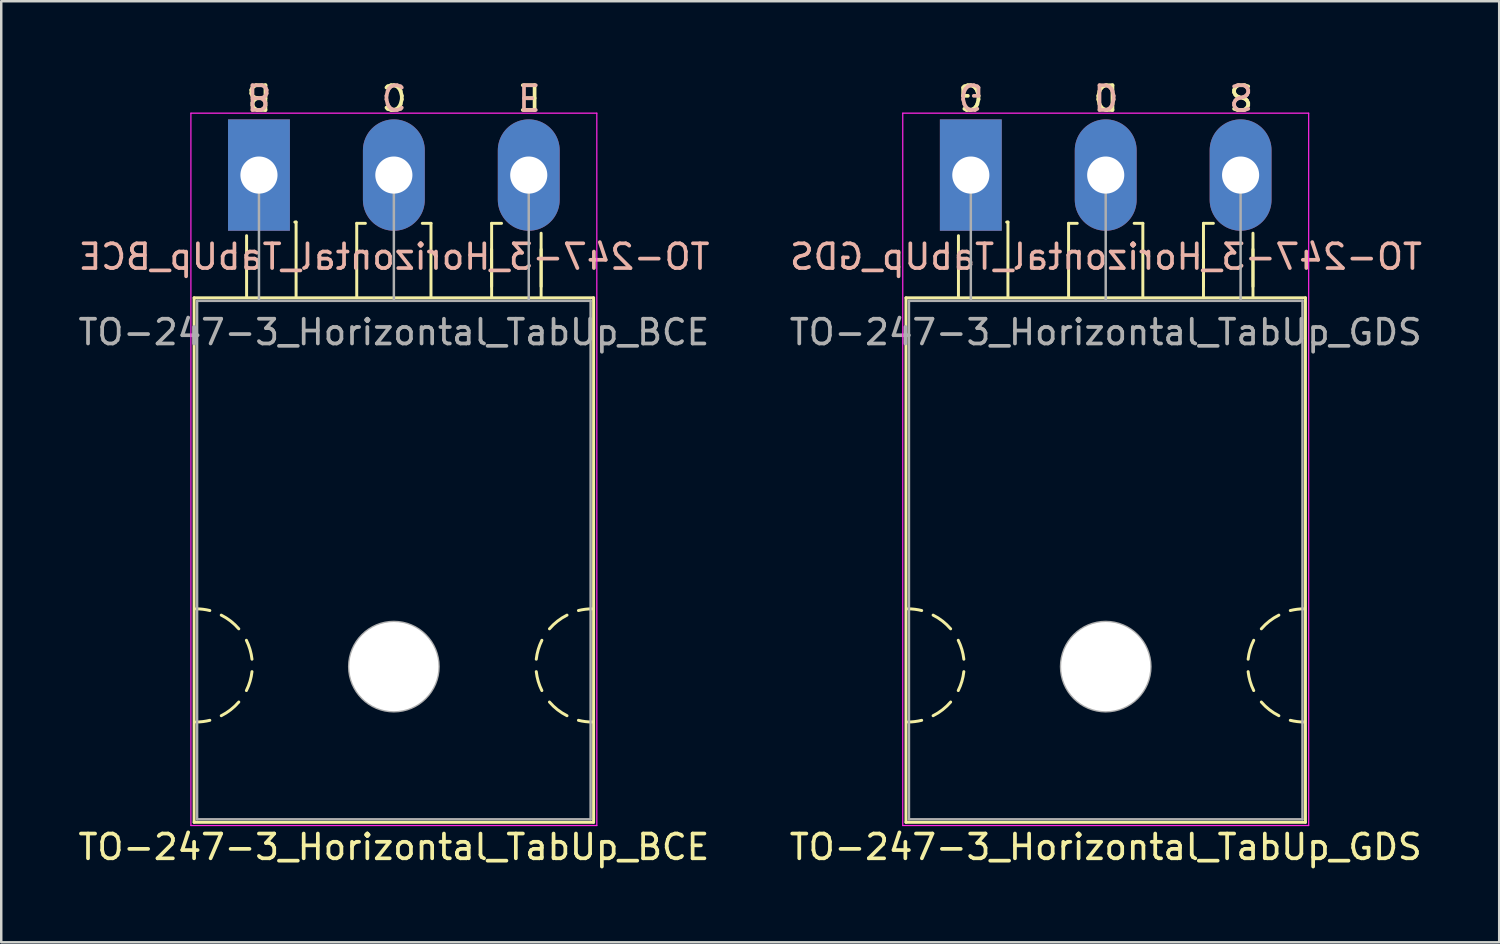
<source format=kicad_pcb>
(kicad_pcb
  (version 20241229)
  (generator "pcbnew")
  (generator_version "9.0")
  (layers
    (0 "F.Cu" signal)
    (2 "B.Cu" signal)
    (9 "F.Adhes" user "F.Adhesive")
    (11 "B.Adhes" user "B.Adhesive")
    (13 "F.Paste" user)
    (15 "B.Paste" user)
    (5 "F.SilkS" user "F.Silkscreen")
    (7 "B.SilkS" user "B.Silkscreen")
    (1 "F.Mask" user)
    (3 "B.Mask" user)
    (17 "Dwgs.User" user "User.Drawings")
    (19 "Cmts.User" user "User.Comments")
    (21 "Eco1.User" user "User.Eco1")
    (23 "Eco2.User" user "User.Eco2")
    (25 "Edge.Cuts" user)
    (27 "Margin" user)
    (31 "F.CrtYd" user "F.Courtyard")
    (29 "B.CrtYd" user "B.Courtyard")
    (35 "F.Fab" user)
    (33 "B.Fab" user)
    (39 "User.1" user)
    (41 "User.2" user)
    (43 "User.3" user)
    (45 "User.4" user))
  (footprint "TO-247-3_Horizontal_TabUp_GDS"
    (layer "F.Cu")
    (at 36.174 4.023)
    (property "Reference" "TO-247-3_Horizontal_TabUp_GDS" (at 5.45 27.15 0) (layer "F.SilkS") (effects (font (size 1 1) (thickness 0.15))))
    (fp_line (start -2.62 4.96) (end -2.62 26.15) (stroke (width 0.12) (type solid)) (layer "F.SilkS"))
    (fp_line (start -2.62 4.96) (end 13.52 4.96) (stroke (width 0.12) (type solid)) (layer "F.SilkS"))
    (fp_line (start -2.62 26.15) (end 13.52 26.15) (stroke (width 0.12) (type solid)) (layer "F.SilkS"))
    (fp_line (start -0.5 4.9) (end -0.5 2.45) (stroke (width 0.12) (type solid)) (layer "F.SilkS"))
    (fp_line (start 1.5 1.9) (end 1.45 1.9) (stroke (width 0.12) (type solid)) (layer "F.SilkS"))
    (fp_line (start 1.5 4.9) (end 1.5 1.9) (stroke (width 0.12) (type solid)) (layer "F.SilkS"))
    (fp_line (start 3.95 1.95) (end 4.3 1.95) (stroke (width 0.12) (type solid)) (layer "F.SilkS"))
    (fp_line (start 3.95 4.95) (end 3.95 1.95) (stroke (width 0.12) (type solid)) (layer "F.SilkS"))
    (fp_line (start 6.95 1.95) (end 6.6 1.95) (stroke (width 0.12) (type solid)) (layer "F.SilkS"))
    (fp_line (start 6.95 4.95) (end 6.95 1.95) (stroke (width 0.12) (type solid)) (layer "F.SilkS"))
    (fp_line (start 9.4 1.95) (end 9.8 1.95) (stroke (width 0.12) (type solid)) (layer "F.SilkS"))
    (fp_line (start 9.4 4.5) (end 9.4 3) (stroke (width 0.12) (type solid)) (layer "F.SilkS"))
    (fp_line (start 9.4 4.95) (end 9.4 1.95) (stroke (width 0.12) (type solid)) (layer "F.SilkS"))
    (fp_line (start 11.4 4.5) (end 11.4 3) (stroke (width 0.12) (type solid)) (layer "F.SilkS"))
    (fp_line (start 11.4 4.95) (end 11.4 2.35) (stroke (width 0.12) (type solid)) (layer "F.SilkS"))
    (fp_line (start 13.52 4.96) (end 13.52 26.15) (stroke (width 0.12) (type solid)) (layer "F.SilkS"))
    (fp_arc (start -2.54 17.526) (mid -2.260689 17.543128) (end -1.985564 17.594254) (stroke (width 0.12) (type solid)) (layer "F.SilkS"))
    (fp_arc (start -1.985564 22.029746) (mid -2.260689 22.080872) (end -2.54 22.098) (stroke (width 0.12) (type solid)) (layer "F.SilkS"))
    (fp_arc (start -1.524001 17.780001) (mid -1.14188 18.02132) (end -0.815088 18.333504) (stroke (width 0.12) (type solid)) (layer "F.SilkS"))
    (fp_arc (start -0.815087 21.290497) (mid -1.141879 21.60268) (end -1.524 21.844) (stroke (width 0.12) (type solid)) (layer "F.SilkS"))
    (fp_arc (start -0.508001 18.796001) (mid -0.361178 19.168563) (end -0.282051 19.561117) (stroke (width 0.12) (type solid)) (layer "F.SilkS"))
    (fp_arc (start -0.282051 20.062883) (mid -0.361178 20.455437) (end -0.508001 20.827999) (stroke (width 0.12) (type solid)) (layer "F.SilkS"))
    (fp_arc (start 11.204051 19.561117) (mid 11.283178 19.168563) (end 11.430001 18.796001) (stroke (width 0.12) (type solid)) (layer "F.SilkS"))
    (fp_arc (start 11.430001 20.827999) (mid 11.283178 20.455437) (end 11.204051 20.062883) (stroke (width 0.12) (type solid)) (layer "F.SilkS"))
    (fp_arc (start 11.737087 18.333503) (mid 12.063879 18.02132) (end 12.446 17.78) (stroke (width 0.12) (type solid)) (layer "F.SilkS"))
    (fp_arc (start 12.446001 21.843999) (mid 12.06388 21.60268) (end 11.737088 21.290496) (stroke (width 0.12) (type solid)) (layer "F.SilkS"))
    (fp_arc (start 12.907564 17.594254) (mid 13.182689 17.543128) (end 13.462 17.526) (stroke (width 0.12) (type solid)) (layer "F.SilkS"))
    (fp_arc (start 13.462 22.098) (mid 13.182689 22.080872) (end 12.907564 22.029746) (stroke (width 0.12) (type solid)) (layer "F.SilkS"))
    (fp_line (start -2.75 -2.5) (end -2.75 26.28) (stroke (width 0.05) (type solid)) (layer "F.CrtYd"))
    (fp_line (start -2.75 26.28) (end 13.65 26.28) (stroke (width 0.05) (type solid)) (layer "F.CrtYd"))
    (fp_line (start 13.65 -2.5) (end -2.75 -2.5) (stroke (width 0.05) (type solid)) (layer "F.CrtYd"))
    (fp_line (start 13.65 26.28) (end 13.65 -2.5) (stroke (width 0.05) (type solid)) (layer "F.CrtYd"))
    (fp_line (start -2.5 5.08) (end -2.5 26.03) (stroke (width 0.1) (type solid)) (layer "F.Fab"))
    (fp_line (start -2.5 26.03) (end 13.4 26.03) (stroke (width 0.1) (type solid)) (layer "F.Fab"))
    (fp_line (start 0 5.08) (end 0 0) (stroke (width 0.1) (type solid)) (layer "F.Fab"))
    (fp_line (start 5.45 5.08) (end 5.45 0) (stroke (width 0.1) (type solid)) (layer "F.Fab"))
    (fp_line (start 10.9 5.08) (end 10.9 0) (stroke (width 0.1) (type solid)) (layer "F.Fab"))
    (fp_line (start 13.4 5.08) (end -2.5 5.08) (stroke (width 0.1) (type solid)) (layer "F.Fab"))
    (fp_line (start 13.4 26.03) (end 13.4 5.08) (stroke (width 0.1) (type solid)) (layer "F.Fab"))
    (fp_circle (center 5.45 19.86) (end 7.255 19.86) (stroke (width 0.1) (type solid)) (fill no) (layer "F.Fab"))
    (fp_text user "G" (at 0 -3.175 180) (unlocked yes) (layer "F.SilkS") (effects (font (size 1 1) (thickness 0.15))))
    (fp_text user "S" (at 10.922 -3.175 180) (unlocked yes) (layer "F.SilkS") (effects (font (size 1 1) (thickness 0.15))))
    (fp_text user "D" (at 5.461 -3.175 180) (unlocked yes) (layer "F.SilkS") (effects (font (size 1 1) (thickness 0.15))))
    (fp_text user "S" (at 10.922 -3.175 180) (unlocked yes) (layer "B.SilkS") (effects (font (size 1 1) (thickness 0.15)) (justify mirror)))
    (fp_text user "D" (at 5.461 -3.175 180) (unlocked yes) (layer "B.SilkS") (effects (font (size 1 1) (thickness 0.15)) (justify mirror)))
    (fp_text user "G" (at 0 -3.175 180) (unlocked yes) (layer "B.SilkS") (effects (font (size 1 1) (thickness 0.15)) (justify mirror)))
    (fp_text user "${REFERENCE}" (at 5.461 3.302 0) (layer "B.SilkS") (effects (font (size 1 1) (thickness 0.15)) (justify mirror)))
    (fp_text user "${REFERENCE}" (at 5.45 6.35 0) (layer "F.Fab") (effects (font (size 1 1) (thickness 0.15))))
    (pad "" np_thru_hole oval (at 5.45 19.86) (size 3.6 3.6) (drill 3.6) (layers "*.Cu" "*.Mask"))
    (pad "1" thru_hole rect (at 0 0) (size 2.5 4.5) (drill 1.5) (layers "*.Cu" "*.Mask"))
    (pad "2" thru_hole oval (at 5.45 0) (size 2.5 4.5) (drill 1.5) (layers "*.Cu" "*.Mask"))
    (pad "3" thru_hole oval (at 10.9 0) (size 2.5 4.5) (drill 1.5) (layers "*.Cu" "*.Mask")))
  (footprint "TO-247-3_Horizontal_TabUp_BCE"
    (layer "F.Cu")
    (at 7.413 4.023)
    (property "Reference" "TO-247-3_Horizontal_TabUp_BCE" (at 5.45 27.15 0) (layer "F.SilkS") (effects (font (size 1 1) (thickness 0.15))))
    (fp_line (start -2.62 4.96) (end -2.62 26.15) (stroke (width 0.12) (type solid)) (layer "F.SilkS"))
    (fp_line (start -2.62 4.96) (end 13.52 4.96) (stroke (width 0.12) (type solid)) (layer "F.SilkS"))
    (fp_line (start -2.62 26.15) (end 13.52 26.15) (stroke (width 0.12) (type solid)) (layer "F.SilkS"))
    (fp_line (start -0.5 4.9) (end -0.5 2.45) (stroke (width 0.12) (type solid)) (layer "F.SilkS"))
    (fp_line (start 1.5 1.9) (end 1.45 1.9) (stroke (width 0.12) (type solid)) (layer "F.SilkS"))
    (fp_line (start 1.5 4.9) (end 1.5 1.9) (stroke (width 0.12) (type solid)) (layer "F.SilkS"))
    (fp_line (start 3.95 1.95) (end 4.3 1.95) (stroke (width 0.12) (type solid)) (layer "F.SilkS"))
    (fp_line (start 3.95 4.95) (end 3.95 1.95) (stroke (width 0.12) (type solid)) (layer "F.SilkS"))
    (fp_line (start 6.95 1.95) (end 6.6 1.95) (stroke (width 0.12) (type solid)) (layer "F.SilkS"))
    (fp_line (start 6.95 4.95) (end 6.95 1.95) (stroke (width 0.12) (type solid)) (layer "F.SilkS"))
    (fp_line (start 9.4 1.95) (end 9.8 1.95) (stroke (width 0.12) (type solid)) (layer "F.SilkS"))
    (fp_line (start 9.4 4.5) (end 9.4 3) (stroke (width 0.12) (type solid)) (layer "F.SilkS"))
    (fp_line (start 9.4 4.95) (end 9.4 1.95) (stroke (width 0.12) (type solid)) (layer "F.SilkS"))
    (fp_line (start 11.4 4.5) (end 11.4 3) (stroke (width 0.12) (type solid)) (layer "F.SilkS"))
    (fp_line (start 11.4 4.95) (end 11.4 2.35) (stroke (width 0.12) (type solid)) (layer "F.SilkS"))
    (fp_line (start 13.52 4.96) (end 13.52 26.15) (stroke (width 0.12) (type solid)) (layer "F.SilkS"))
    (fp_arc (start -2.54 17.526) (mid -2.260689 17.543128) (end -1.985564 17.594254) (stroke (width 0.12) (type solid)) (layer "F.SilkS"))
    (fp_arc (start -1.985564 22.029746) (mid -2.260689 22.080872) (end -2.54 22.098) (stroke (width 0.12) (type solid)) (layer "F.SilkS"))
    (fp_arc (start -1.524001 17.780001) (mid -1.14188 18.02132) (end -0.815088 18.333504) (stroke (width 0.12) (type solid)) (layer "F.SilkS"))
    (fp_arc (start -0.815087 21.290497) (mid -1.141879 21.60268) (end -1.524 21.844) (stroke (width 0.12) (type solid)) (layer "F.SilkS"))
    (fp_arc (start -0.508001 18.796001) (mid -0.361178 19.168563) (end -0.282051 19.561117) (stroke (width 0.12) (type solid)) (layer "F.SilkS"))
    (fp_arc (start -0.282051 20.062883) (mid -0.361178 20.455437) (end -0.508001 20.827999) (stroke (width 0.12) (type solid)) (layer "F.SilkS"))
    (fp_arc (start 11.204051 19.561117) (mid 11.283178 19.168563) (end 11.430001 18.796001) (stroke (width 0.12) (type solid)) (layer "F.SilkS"))
    (fp_arc (start 11.430001 20.827999) (mid 11.283178 20.455437) (end 11.204051 20.062883) (stroke (width 0.12) (type solid)) (layer "F.SilkS"))
    (fp_arc (start 11.737087 18.333503) (mid 12.063879 18.02132) (end 12.446 17.78) (stroke (width 0.12) (type solid)) (layer "F.SilkS"))
    (fp_arc (start 12.446001 21.843999) (mid 12.06388 21.60268) (end 11.737088 21.290496) (stroke (width 0.12) (type solid)) (layer "F.SilkS"))
    (fp_arc (start 12.907564 17.594254) (mid 13.182689 17.543128) (end 13.462 17.526) (stroke (width 0.12) (type solid)) (layer "F.SilkS"))
    (fp_arc (start 13.462 22.098) (mid 13.182689 22.080872) (end 12.907564 22.029746) (stroke (width 0.12) (type solid)) (layer "F.SilkS"))
    (fp_line (start -2.75 -2.5) (end -2.75 26.28) (stroke (width 0.05) (type solid)) (layer "F.CrtYd"))
    (fp_line (start -2.75 26.28) (end 13.65 26.28) (stroke (width 0.05) (type solid)) (layer "F.CrtYd"))
    (fp_line (start 13.65 -2.5) (end -2.75 -2.5) (stroke (width 0.05) (type solid)) (layer "F.CrtYd"))
    (fp_line (start 13.65 26.28) (end 13.65 -2.5) (stroke (width 0.05) (type solid)) (layer "F.CrtYd"))
    (fp_line (start -2.5 5.08) (end -2.5 26.03) (stroke (width 0.1) (type solid)) (layer "F.Fab"))
    (fp_line (start -2.5 26.03) (end 13.4 26.03) (stroke (width 0.1) (type solid)) (layer "F.Fab"))
    (fp_line (start 0 5.08) (end 0 0) (stroke (width 0.1) (type solid)) (layer "F.Fab"))
    (fp_line (start 5.45 5.08) (end 5.45 0) (stroke (width 0.1) (type solid)) (layer "F.Fab"))
    (fp_line (start 10.9 5.08) (end 10.9 0) (stroke (width 0.1) (type solid)) (layer "F.Fab"))
    (fp_line (start 13.4 5.08) (end -2.5 5.08) (stroke (width 0.1) (type solid)) (layer "F.Fab"))
    (fp_line (start 13.4 26.03) (end 13.4 5.08) (stroke (width 0.1) (type solid)) (layer "F.Fab"))
    (fp_circle (center 5.45 19.86) (end 7.255 19.86) (stroke (width 0.1) (type solid)) (fill no) (layer "F.Fab"))
    (fp_text user "B" (at 0 -3.175 180) (unlocked yes) (layer "F.SilkS") (effects (font (size 1 1) (thickness 0.15))))
    (fp_text user "C" (at 5.461 -3.175 180) (unlocked yes) (layer "F.SilkS") (effects (font (size 1 1) (thickness 0.15))))
    (fp_text user "E" (at 10.922 -3.175 180) (unlocked yes) (layer "F.SilkS") (effects (font (size 1 1) (thickness 0.15))))
    (fp_text user "${REFERENCE}" (at 5.461 3.302 0) (layer "B.SilkS") (effects (font (size 1 1) (thickness 0.15)) (justify mirror)))
    (fp_text user "C" (at 5.461 -3.175 180) (unlocked yes) (layer "B.SilkS") (effects (font (size 1 1) (thickness 0.15)) (justify mirror)))
    (fp_text user "B" (at 0 -3.175 180) (unlocked yes) (layer "B.SilkS") (effects (font (size 1 1) (thickness 0.15)) (justify mirror)))
    (fp_text user "E" (at 10.922 -3.175 180) (unlocked yes) (layer "B.SilkS") (effects (font (size 1 1) (thickness 0.15)) (justify mirror)))
    (fp_text user "${REFERENCE}" (at 5.45 6.35 0) (layer "F.Fab") (effects (font (size 1 1) (thickness 0.15))))
    (pad "" np_thru_hole oval (at 5.45 19.86) (size 3.6 3.6) (drill 3.6) (layers "*.Cu" "*.Mask"))
    (pad "1" thru_hole rect (at 0 0) (size 2.5 4.5) (drill 1.5) (layers "*.Cu" "*.Mask"))
    (pad "2" thru_hole oval (at 5.45 0) (size 2.5 4.5) (drill 1.5) (layers "*.Cu" "*.Mask"))
    (pad "3" thru_hole oval (at 10.9 0) (size 2.5 4.5) (drill 1.5) (layers "*.Cu" "*.Mask")))
  (gr_rect
    (start -3 -3)
    (end 57.522 35.022)
    (stroke (width 0.1) (type default))
    (fill no)
    (layer "Edge.Cuts")))
</source>
